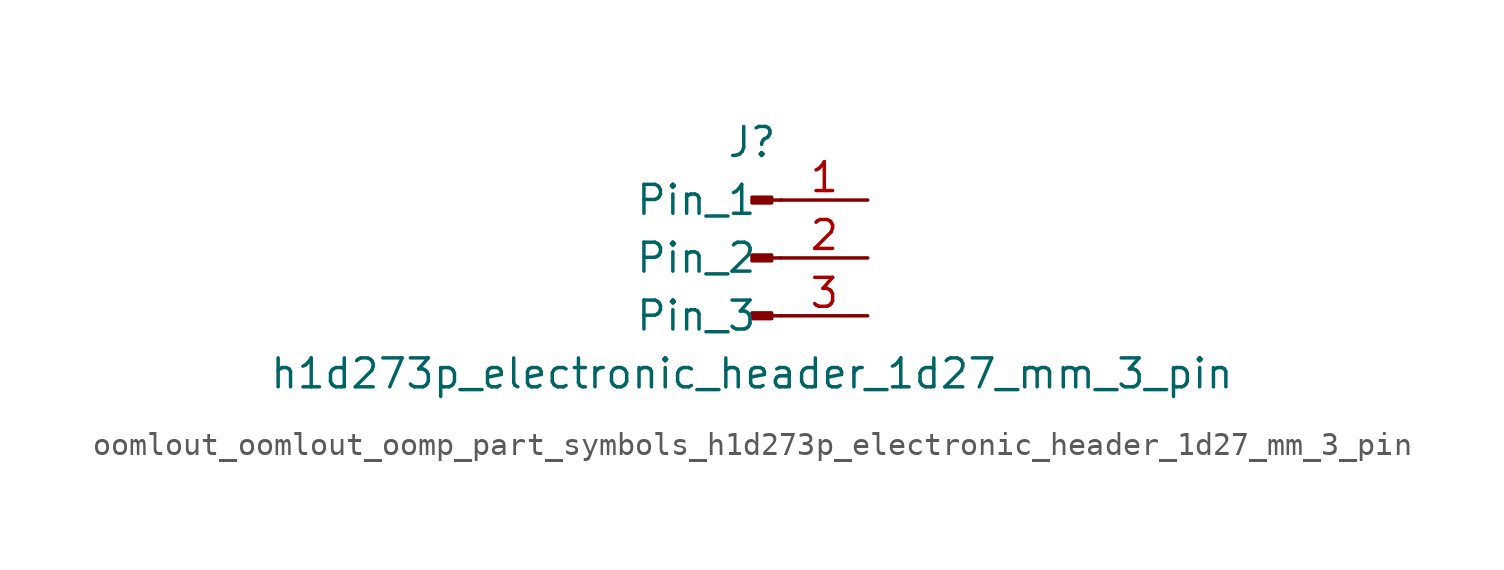
<source format=kicad_sym>
(kicad_symbol_lib
  (version 20220914)
  (generator kicad_symbol_editor)
  (symbol "oomlout_oomlout_oomp_part_symbols_h1d273p_electronic_header_1d27_mm_3_pin"
    (pin_names
      (offset 1.016))
    (property "Reference" "J"
      (at 0 5.08 0)
      (effects (font (size 1.27 1.27))))
    (property "Value" "h1d273p_electronic_header_1d27_mm_3_pin"
      (at 0 -5.08 0)
      (effects (font (size 1.27 1.27))))
    (property "ki_locked" ""
      (at 0 0 0)
      (effects (font (size 1.27 1.27))))
    (symbol "oomlout_oomlout_oomp_part_symbols_h1d273p_electronic_header_1d27_mm_3_pin_1_1"
      (polyline (pts (xy 1.27 -2.54) (xy 0.864 -2.54)) (stroke (width 0.152) (type default)) (fill (type none)))
      (polyline (pts (xy 1.27 0) (xy 0.864 0)) (stroke (width 0.152) (type default)) (fill (type none)))
      (polyline (pts (xy 1.27 2.54) (xy 0.864 2.54)) (stroke (width 0.152) (type default)) (fill (type none)))
      (rectangle (start 0.864 -2.413) (end 0 -2.667) (stroke (width 0.152) (type default)) (fill (type outline)))
      (rectangle (start 0.864 0.127) (end 0 -0.127) (stroke (width 0.152) (type default)) (fill (type outline)))
      (rectangle (start 0.864 2.667) (end 0 2.413) (stroke (width 0.152) (type default)) (fill (type outline)))
      (pin passive line (at 5.08 2.54 180) (length 3.81) (name "Pin_1" (effects (font (size 1.27 1.27)))) (number "1" (effects (font (size 1.27 1.27)))))
      (pin passive line (at 5.08 0 180) (length 3.81) (name "Pin_2" (effects (font (size 1.27 1.27)))) (number "2" (effects (font (size 1.27 1.27)))))
      (pin passive line (at 5.08 -2.54 180) (length 3.81) (name "Pin_3" (effects (font (size 1.27 1.27)))) (number "3" (effects (font (size 1.27 1.27))))))))
</source>
